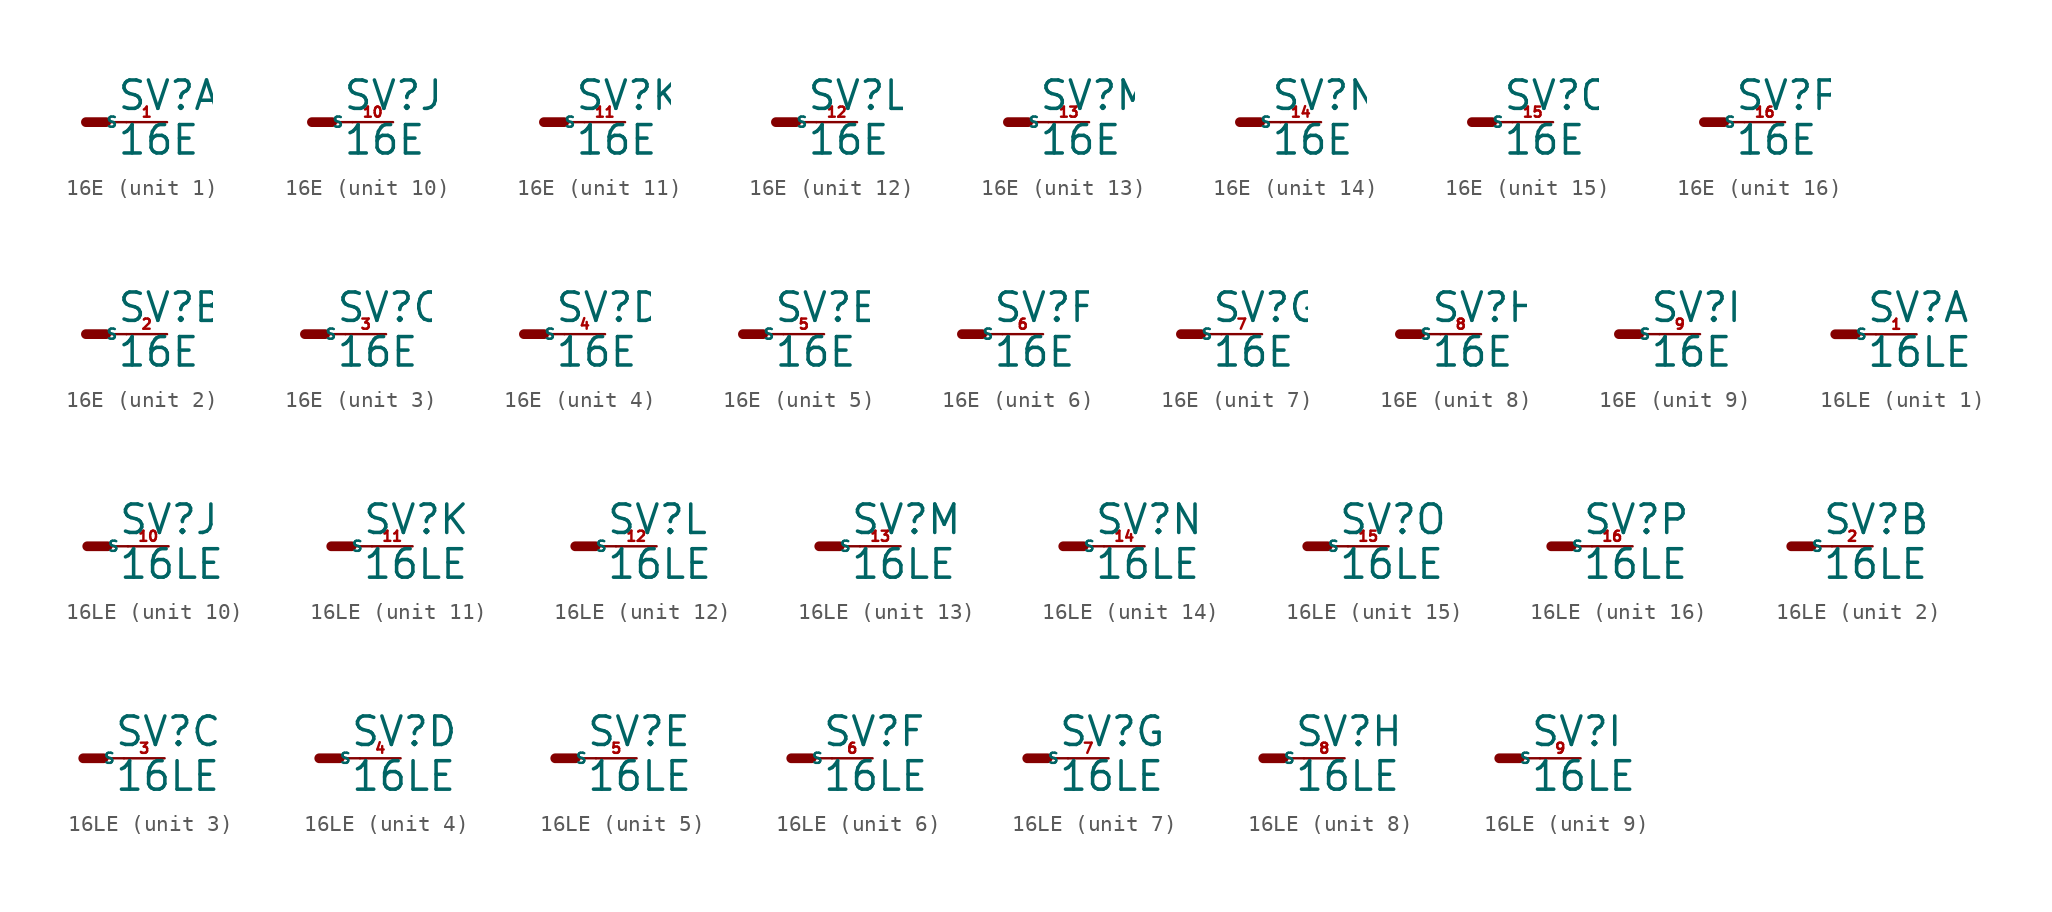
<source format=kicad_sym>
(kicad_symbol_lib
  (version 20220914)
  (generator Eagle2Kicad)
  (symbol "16E"
    (property "Reference" "SV"
      (at 1.905 0.635 0)
      (effects (font (size 1.778 1.778) (thickness 0.22)) (justify left bottom)))
    (property "Value" "16E"
      (at 1.905 -2.159 0)
      (effects (font (size 1.778 1.778) (thickness 0.22)) (justify left bottom)))
    (symbol "16E_1_0"
      (polyline (pts (xy 0 0) (xy 1.27 0)) (stroke (width 0.61) (type default)) (fill (type none)))
      (polyline (pts (xy 2.54 0) (xy 1.27 0)) (stroke (width 0.152) (type default)) (fill (type none)))
      (pin passive line (at 5.08 0 180) (length 2.54) (name "S" (effects (font (size 0.635 0.635) (thickness 0.08)) (justify left bottom))) (number "1" (effects (font (size 0.635 0.635) (thickness 0.08)) (justify left bottom)))))
    (symbol "16E_2_0"
      (polyline (pts (xy 0 0) (xy 1.27 0)) (stroke (width 0.61) (type default)) (fill (type none)))
      (polyline (pts (xy 2.54 0) (xy 1.27 0)) (stroke (width 0.152) (type default)) (fill (type none)))
      (pin passive line (at 5.08 0 180) (length 2.54) (name "S" (effects (font (size 0.635 0.635) (thickness 0.08)) (justify left bottom))) (number "2" (effects (font (size 0.635 0.635) (thickness 0.08)) (justify left bottom)))))
    (symbol "16E_3_0"
      (polyline (pts (xy 0 0) (xy 1.27 0)) (stroke (width 0.61) (type default)) (fill (type none)))
      (polyline (pts (xy 2.54 0) (xy 1.27 0)) (stroke (width 0.152) (type default)) (fill (type none)))
      (pin passive line (at 5.08 0 180) (length 2.54) (name "S" (effects (font (size 0.635 0.635) (thickness 0.08)) (justify left bottom))) (number "3" (effects (font (size 0.635 0.635) (thickness 0.08)) (justify left bottom)))))
    (symbol "16E_4_0"
      (polyline (pts (xy 0 0) (xy 1.27 0)) (stroke (width 0.61) (type default)) (fill (type none)))
      (polyline (pts (xy 2.54 0) (xy 1.27 0)) (stroke (width 0.152) (type default)) (fill (type none)))
      (pin passive line (at 5.08 0 180) (length 2.54) (name "S" (effects (font (size 0.635 0.635) (thickness 0.08)) (justify left bottom))) (number "4" (effects (font (size 0.635 0.635) (thickness 0.08)) (justify left bottom)))))
    (symbol "16E_5_0"
      (polyline (pts (xy 0 0) (xy 1.27 0)) (stroke (width 0.61) (type default)) (fill (type none)))
      (polyline (pts (xy 2.54 0) (xy 1.27 0)) (stroke (width 0.152) (type default)) (fill (type none)))
      (pin passive line (at 5.08 0 180) (length 2.54) (name "S" (effects (font (size 0.635 0.635) (thickness 0.08)) (justify left bottom))) (number "5" (effects (font (size 0.635 0.635) (thickness 0.08)) (justify left bottom)))))
    (symbol "16E_6_0"
      (polyline (pts (xy 0 0) (xy 1.27 0)) (stroke (width 0.61) (type default)) (fill (type none)))
      (polyline (pts (xy 2.54 0) (xy 1.27 0)) (stroke (width 0.152) (type default)) (fill (type none)))
      (pin passive line (at 5.08 0 180) (length 2.54) (name "S" (effects (font (size 0.635 0.635) (thickness 0.08)) (justify left bottom))) (number "6" (effects (font (size 0.635 0.635) (thickness 0.08)) (justify left bottom)))))
    (symbol "16E_7_0"
      (polyline (pts (xy 0 0) (xy 1.27 0)) (stroke (width 0.61) (type default)) (fill (type none)))
      (polyline (pts (xy 2.54 0) (xy 1.27 0)) (stroke (width 0.152) (type default)) (fill (type none)))
      (pin passive line (at 5.08 0 180) (length 2.54) (name "S" (effects (font (size 0.635 0.635) (thickness 0.08)) (justify left bottom))) (number "7" (effects (font (size 0.635 0.635) (thickness 0.08)) (justify left bottom)))))
    (symbol "16E_8_0"
      (polyline (pts (xy 0 0) (xy 1.27 0)) (stroke (width 0.61) (type default)) (fill (type none)))
      (polyline (pts (xy 2.54 0) (xy 1.27 0)) (stroke (width 0.152) (type default)) (fill (type none)))
      (pin passive line (at 5.08 0 180) (length 2.54) (name "S" (effects (font (size 0.635 0.635) (thickness 0.08)) (justify left bottom))) (number "8" (effects (font (size 0.635 0.635) (thickness 0.08)) (justify left bottom)))))
    (symbol "16E_9_0"
      (polyline (pts (xy 0 0) (xy 1.27 0)) (stroke (width 0.61) (type default)) (fill (type none)))
      (polyline (pts (xy 2.54 0) (xy 1.27 0)) (stroke (width 0.152) (type default)) (fill (type none)))
      (pin passive line (at 5.08 0 180) (length 2.54) (name "S" (effects (font (size 0.635 0.635) (thickness 0.08)) (justify left bottom))) (number "9" (effects (font (size 0.635 0.635) (thickness 0.08)) (justify left bottom)))))
    (symbol "16E_10_0"
      (polyline (pts (xy 0 0) (xy 1.27 0)) (stroke (width 0.61) (type default)) (fill (type none)))
      (polyline (pts (xy 2.54 0) (xy 1.27 0)) (stroke (width 0.152) (type default)) (fill (type none)))
      (pin passive line (at 5.08 0 180) (length 2.54) (name "S" (effects (font (size 0.635 0.635) (thickness 0.08)) (justify left bottom))) (number "10" (effects (font (size 0.635 0.635) (thickness 0.08)) (justify left bottom)))))
    (symbol "16E_11_0"
      (polyline (pts (xy 0 0) (xy 1.27 0)) (stroke (width 0.61) (type default)) (fill (type none)))
      (polyline (pts (xy 2.54 0) (xy 1.27 0)) (stroke (width 0.152) (type default)) (fill (type none)))
      (pin passive line (at 5.08 0 180) (length 2.54) (name "S" (effects (font (size 0.635 0.635) (thickness 0.08)) (justify left bottom))) (number "11" (effects (font (size 0.635 0.635) (thickness 0.08)) (justify left bottom)))))
    (symbol "16E_12_0"
      (polyline (pts (xy 0 0) (xy 1.27 0)) (stroke (width 0.61) (type default)) (fill (type none)))
      (polyline (pts (xy 2.54 0) (xy 1.27 0)) (stroke (width 0.152) (type default)) (fill (type none)))
      (pin passive line (at 5.08 0 180) (length 2.54) (name "S" (effects (font (size 0.635 0.635) (thickness 0.08)) (justify left bottom))) (number "12" (effects (font (size 0.635 0.635) (thickness 0.08)) (justify left bottom)))))
    (symbol "16E_13_0"
      (polyline (pts (xy 0 0) (xy 1.27 0)) (stroke (width 0.61) (type default)) (fill (type none)))
      (polyline (pts (xy 2.54 0) (xy 1.27 0)) (stroke (width 0.152) (type default)) (fill (type none)))
      (pin passive line (at 5.08 0 180) (length 2.54) (name "S" (effects (font (size 0.635 0.635) (thickness 0.08)) (justify left bottom))) (number "13" (effects (font (size 0.635 0.635) (thickness 0.08)) (justify left bottom)))))
    (symbol "16E_14_0"
      (polyline (pts (xy 0 0) (xy 1.27 0)) (stroke (width 0.61) (type default)) (fill (type none)))
      (polyline (pts (xy 2.54 0) (xy 1.27 0)) (stroke (width 0.152) (type default)) (fill (type none)))
      (pin passive line (at 5.08 0 180) (length 2.54) (name "S" (effects (font (size 0.635 0.635) (thickness 0.08)) (justify left bottom))) (number "14" (effects (font (size 0.635 0.635) (thickness 0.08)) (justify left bottom)))))
    (symbol "16E_15_0"
      (polyline (pts (xy 0 0) (xy 1.27 0)) (stroke (width 0.61) (type default)) (fill (type none)))
      (polyline (pts (xy 2.54 0) (xy 1.27 0)) (stroke (width 0.152) (type default)) (fill (type none)))
      (pin passive line (at 5.08 0 180) (length 2.54) (name "S" (effects (font (size 0.635 0.635) (thickness 0.08)) (justify left bottom))) (number "15" (effects (font (size 0.635 0.635) (thickness 0.08)) (justify left bottom)))))
    (symbol "16E_16_0"
      (polyline (pts (xy 0 0) (xy 1.27 0)) (stroke (width 0.61) (type default)) (fill (type none)))
      (polyline (pts (xy 2.54 0) (xy 1.27 0)) (stroke (width 0.152) (type default)) (fill (type none)))
      (pin passive line (at 5.08 0 180) (length 2.54) (name "S" (effects (font (size 0.635 0.635) (thickness 0.08)) (justify left bottom))) (number "16" (effects (font (size 0.635 0.635) (thickness 0.08)) (justify left bottom))))))
  (symbol "16LE"
    (property "Reference" "SV"
      (at 1.905 0.635 0)
      (effects (font (size 1.778 1.778) (thickness 0.22)) (justify left bottom)))
    (property "Value" "16LE"
      (at 1.905 -2.159 0)
      (effects (font (size 1.778 1.778) (thickness 0.22)) (justify left bottom)))
    (symbol "16LE_1_0"
      (polyline (pts (xy 0 0) (xy 1.27 0)) (stroke (width 0.61) (type default)) (fill (type none)))
      (polyline (pts (xy 2.54 0) (xy 1.27 0)) (stroke (width 0.152) (type default)) (fill (type none)))
      (pin passive line (at 5.08 0 180) (length 2.54) (name "S" (effects (font (size 0.635 0.635) (thickness 0.08)) (justify left bottom))) (number "1" (effects (font (size 0.635 0.635) (thickness 0.08)) (justify left bottom)))))
    (symbol "16LE_2_0"
      (polyline (pts (xy 0 0) (xy 1.27 0)) (stroke (width 0.61) (type default)) (fill (type none)))
      (polyline (pts (xy 2.54 0) (xy 1.27 0)) (stroke (width 0.152) (type default)) (fill (type none)))
      (pin passive line (at 5.08 0 180) (length 2.54) (name "S" (effects (font (size 0.635 0.635) (thickness 0.08)) (justify left bottom))) (number "2" (effects (font (size 0.635 0.635) (thickness 0.08)) (justify left bottom)))))
    (symbol "16LE_3_0"
      (polyline (pts (xy 0 0) (xy 1.27 0)) (stroke (width 0.61) (type default)) (fill (type none)))
      (polyline (pts (xy 2.54 0) (xy 1.27 0)) (stroke (width 0.152) (type default)) (fill (type none)))
      (pin passive line (at 5.08 0 180) (length 2.54) (name "S" (effects (font (size 0.635 0.635) (thickness 0.08)) (justify left bottom))) (number "3" (effects (font (size 0.635 0.635) (thickness 0.08)) (justify left bottom)))))
    (symbol "16LE_4_0"
      (polyline (pts (xy 0 0) (xy 1.27 0)) (stroke (width 0.61) (type default)) (fill (type none)))
      (polyline (pts (xy 2.54 0) (xy 1.27 0)) (stroke (width 0.152) (type default)) (fill (type none)))
      (pin passive line (at 5.08 0 180) (length 2.54) (name "S" (effects (font (size 0.635 0.635) (thickness 0.08)) (justify left bottom))) (number "4" (effects (font (size 0.635 0.635) (thickness 0.08)) (justify left bottom)))))
    (symbol "16LE_5_0"
      (polyline (pts (xy 0 0) (xy 1.27 0)) (stroke (width 0.61) (type default)) (fill (type none)))
      (polyline (pts (xy 2.54 0) (xy 1.27 0)) (stroke (width 0.152) (type default)) (fill (type none)))
      (pin passive line (at 5.08 0 180) (length 2.54) (name "S" (effects (font (size 0.635 0.635) (thickness 0.08)) (justify left bottom))) (number "5" (effects (font (size 0.635 0.635) (thickness 0.08)) (justify left bottom)))))
    (symbol "16LE_6_0"
      (polyline (pts (xy 0 0) (xy 1.27 0)) (stroke (width 0.61) (type default)) (fill (type none)))
      (polyline (pts (xy 2.54 0) (xy 1.27 0)) (stroke (width 0.152) (type default)) (fill (type none)))
      (pin passive line (at 5.08 0 180) (length 2.54) (name "S" (effects (font (size 0.635 0.635) (thickness 0.08)) (justify left bottom))) (number "6" (effects (font (size 0.635 0.635) (thickness 0.08)) (justify left bottom)))))
    (symbol "16LE_7_0"
      (polyline (pts (xy 0 0) (xy 1.27 0)) (stroke (width 0.61) (type default)) (fill (type none)))
      (polyline (pts (xy 2.54 0) (xy 1.27 0)) (stroke (width 0.152) (type default)) (fill (type none)))
      (pin passive line (at 5.08 0 180) (length 2.54) (name "S" (effects (font (size 0.635 0.635) (thickness 0.08)) (justify left bottom))) (number "7" (effects (font (size 0.635 0.635) (thickness 0.08)) (justify left bottom)))))
    (symbol "16LE_8_0"
      (polyline (pts (xy 0 0) (xy 1.27 0)) (stroke (width 0.61) (type default)) (fill (type none)))
      (polyline (pts (xy 2.54 0) (xy 1.27 0)) (stroke (width 0.152) (type default)) (fill (type none)))
      (pin passive line (at 5.08 0 180) (length 2.54) (name "S" (effects (font (size 0.635 0.635) (thickness 0.08)) (justify left bottom))) (number "8" (effects (font (size 0.635 0.635) (thickness 0.08)) (justify left bottom)))))
    (symbol "16LE_9_0"
      (polyline (pts (xy 0 0) (xy 1.27 0)) (stroke (width 0.61) (type default)) (fill (type none)))
      (polyline (pts (xy 2.54 0) (xy 1.27 0)) (stroke (width 0.152) (type default)) (fill (type none)))
      (pin passive line (at 5.08 0 180) (length 2.54) (name "S" (effects (font (size 0.635 0.635) (thickness 0.08)) (justify left bottom))) (number "9" (effects (font (size 0.635 0.635) (thickness 0.08)) (justify left bottom)))))
    (symbol "16LE_10_0"
      (polyline (pts (xy 0 0) (xy 1.27 0)) (stroke (width 0.61) (type default)) (fill (type none)))
      (polyline (pts (xy 2.54 0) (xy 1.27 0)) (stroke (width 0.152) (type default)) (fill (type none)))
      (pin passive line (at 5.08 0 180) (length 2.54) (name "S" (effects (font (size 0.635 0.635) (thickness 0.08)) (justify left bottom))) (number "10" (effects (font (size 0.635 0.635) (thickness 0.08)) (justify left bottom)))))
    (symbol "16LE_11_0"
      (polyline (pts (xy 0 0) (xy 1.27 0)) (stroke (width 0.61) (type default)) (fill (type none)))
      (polyline (pts (xy 2.54 0) (xy 1.27 0)) (stroke (width 0.152) (type default)) (fill (type none)))
      (pin passive line (at 5.08 0 180) (length 2.54) (name "S" (effects (font (size 0.635 0.635) (thickness 0.08)) (justify left bottom))) (number "11" (effects (font (size 0.635 0.635) (thickness 0.08)) (justify left bottom)))))
    (symbol "16LE_12_0"
      (polyline (pts (xy 0 0) (xy 1.27 0)) (stroke (width 0.61) (type default)) (fill (type none)))
      (polyline (pts (xy 2.54 0) (xy 1.27 0)) (stroke (width 0.152) (type default)) (fill (type none)))
      (pin passive line (at 5.08 0 180) (length 2.54) (name "S" (effects (font (size 0.635 0.635) (thickness 0.08)) (justify left bottom))) (number "12" (effects (font (size 0.635 0.635) (thickness 0.08)) (justify left bottom)))))
    (symbol "16LE_13_0"
      (polyline (pts (xy 0 0) (xy 1.27 0)) (stroke (width 0.61) (type default)) (fill (type none)))
      (polyline (pts (xy 2.54 0) (xy 1.27 0)) (stroke (width 0.152) (type default)) (fill (type none)))
      (pin passive line (at 5.08 0 180) (length 2.54) (name "S" (effects (font (size 0.635 0.635) (thickness 0.08)) (justify left bottom))) (number "13" (effects (font (size 0.635 0.635) (thickness 0.08)) (justify left bottom)))))
    (symbol "16LE_14_0"
      (polyline (pts (xy 0 0) (xy 1.27 0)) (stroke (width 0.61) (type default)) (fill (type none)))
      (polyline (pts (xy 2.54 0) (xy 1.27 0)) (stroke (width 0.152) (type default)) (fill (type none)))
      (pin passive line (at 5.08 0 180) (length 2.54) (name "S" (effects (font (size 0.635 0.635) (thickness 0.08)) (justify left bottom))) (number "14" (effects (font (size 0.635 0.635) (thickness 0.08)) (justify left bottom)))))
    (symbol "16LE_15_0"
      (polyline (pts (xy 0 0) (xy 1.27 0)) (stroke (width 0.61) (type default)) (fill (type none)))
      (polyline (pts (xy 2.54 0) (xy 1.27 0)) (stroke (width 0.152) (type default)) (fill (type none)))
      (pin passive line (at 5.08 0 180) (length 2.54) (name "S" (effects (font (size 0.635 0.635) (thickness 0.08)) (justify left bottom))) (number "15" (effects (font (size 0.635 0.635) (thickness 0.08)) (justify left bottom)))))
    (symbol "16LE_16_0"
      (polyline (pts (xy 0 0) (xy 1.27 0)) (stroke (width 0.61) (type default)) (fill (type none)))
      (polyline (pts (xy 2.54 0) (xy 1.27 0)) (stroke (width 0.152) (type default)) (fill (type none)))
      (pin passive line (at 5.08 0 180) (length 2.54) (name "S" (effects (font (size 0.635 0.635) (thickness 0.08)) (justify left bottom))) (number "16" (effects (font (size 0.635 0.635) (thickness 0.08)) (justify left bottom)))))))
</source>
